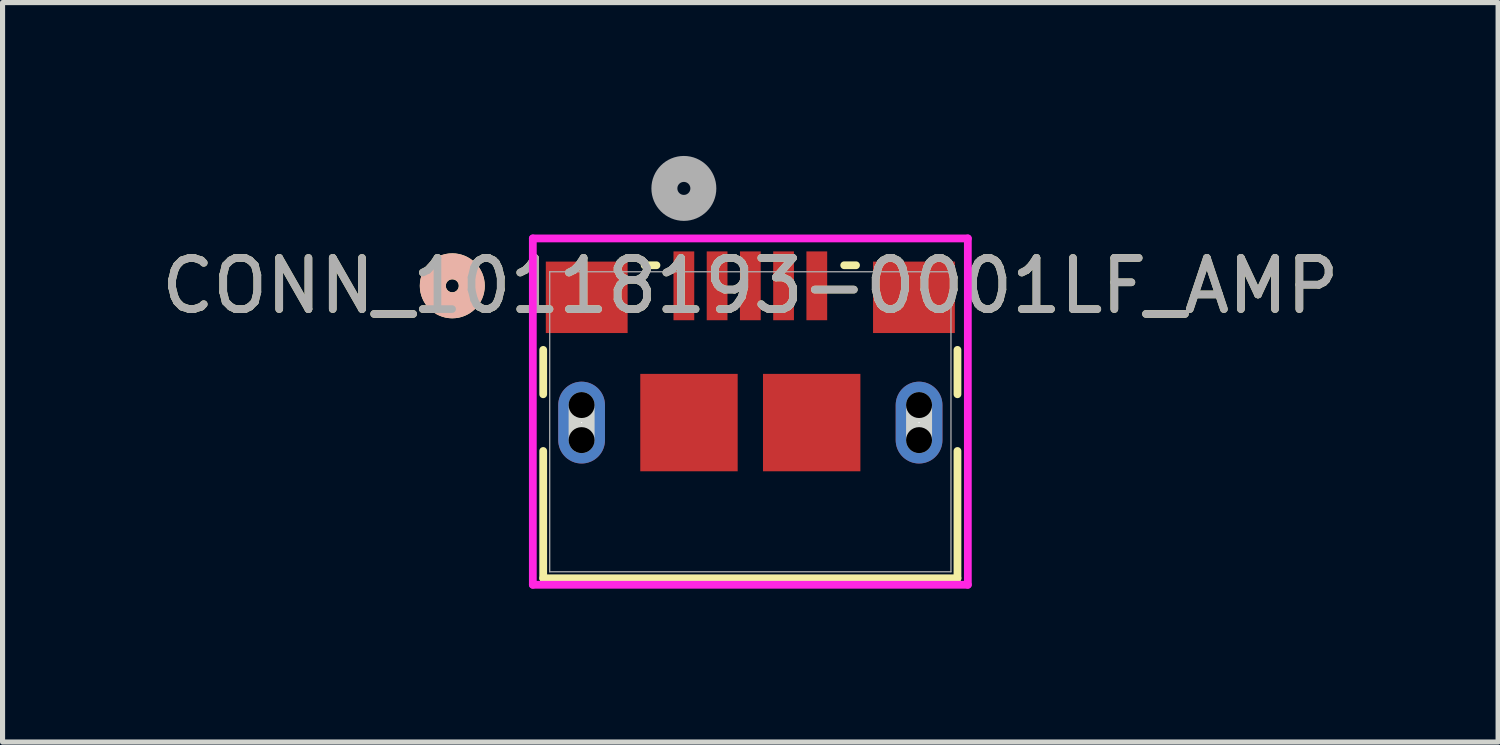
<source format=kicad_pcb>
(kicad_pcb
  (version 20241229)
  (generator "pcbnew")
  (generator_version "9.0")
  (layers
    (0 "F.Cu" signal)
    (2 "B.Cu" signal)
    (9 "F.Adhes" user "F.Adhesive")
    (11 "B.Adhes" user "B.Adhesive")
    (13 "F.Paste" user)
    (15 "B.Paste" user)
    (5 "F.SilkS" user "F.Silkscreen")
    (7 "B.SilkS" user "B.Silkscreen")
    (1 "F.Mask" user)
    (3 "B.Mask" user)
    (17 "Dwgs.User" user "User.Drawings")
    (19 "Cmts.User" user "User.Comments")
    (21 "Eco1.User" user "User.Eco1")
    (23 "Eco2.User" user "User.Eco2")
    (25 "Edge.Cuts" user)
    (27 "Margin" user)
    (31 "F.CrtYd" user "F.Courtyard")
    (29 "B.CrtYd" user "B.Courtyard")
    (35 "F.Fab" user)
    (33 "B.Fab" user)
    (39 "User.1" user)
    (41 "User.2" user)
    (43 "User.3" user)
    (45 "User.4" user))
  (footprint "CONN_10118193-0001LF_AMP"
    (layer "F.Cu")
    (at 11.625 5.199)
    (property "Reference" "CONN_10118193-0001LF_AMP" (at 0 -2.659 0) (unlocked yes) (layer "F.SilkS") (effects (font (size 1 1) (thickness 0.15))))
    (attr smd)
    (fp_line (start -4.051 -1.406) (end -4.051 -0.538) (stroke (width 0.152) (type solid)) (layer "F.SilkS"))
    (fp_line (start -4.051 0.571) (end -4.051 3.061) (stroke (width 0.152) (type solid)) (layer "F.SilkS"))
    (fp_line (start -4.051 3.061) (end 4.051 3.061) (stroke (width 0.152) (type solid)) (layer "F.SilkS"))
    (fp_line (start -1.836 -3.061) (end -2.067 -3.061) (stroke (width 0.152) (type solid)) (layer "F.SilkS"))
    (fp_line (start 2.067 -3.061) (end 1.836 -3.061) (stroke (width 0.152) (type solid)) (layer "F.SilkS"))
    (fp_line (start 4.051 -0.538) (end 4.051 -1.406) (stroke (width 0.152) (type solid)) (layer "F.SilkS"))
    (fp_line (start 4.051 3.061) (end 4.051 0.571) (stroke (width 0.152) (type solid)) (layer "F.SilkS"))
    (fp_circle (center -5.829 -2.659) (end -5.448 -2.659) (stroke (width 0.508) (type solid)) (fill no) (layer "F.SilkS"))
    (fp_circle (center -5.829 -2.659) (end -5.448 -2.659) (stroke (width 0.508) (type solid)) (fill no) (layer "B.SilkS"))
    (fp_line (start -3.3 0.359) (end -3.3 -0.327) (stroke (width 0.508) (type solid)) (layer "Edge.Cuts"))
    (fp_line (start 3.3 0.359) (end 3.3 -0.327) (stroke (width 0.508) (type solid)) (layer "Edge.Cuts"))
    (fp_line (start -4.254 -3.586) (end -4.254 3.188) (stroke (width 0.152) (type solid)) (layer "F.CrtYd"))
    (fp_line (start -4.254 3.188) (end 4.254 3.188) (stroke (width 0.152) (type solid)) (layer "F.CrtYd"))
    (fp_line (start 4.254 -3.586) (end -4.254 -3.586) (stroke (width 0.152) (type solid)) (layer "F.CrtYd"))
    (fp_line (start 4.254 3.188) (end 4.254 -3.586) (stroke (width 0.152) (type solid)) (layer "F.CrtYd"))
    (fp_line (start -3.924 -2.934) (end -3.924 2.934) (stroke (width 0.025) (type solid)) (layer "F.Fab"))
    (fp_line (start -3.924 2.934) (end 3.924 2.934) (stroke (width 0.025) (type solid)) (layer "F.Fab"))
    (fp_line (start 3.924 -2.934) (end -3.924 -2.934) (stroke (width 0.025) (type solid)) (layer "F.Fab"))
    (fp_line (start 3.924 2.934) (end 3.924 -2.934) (stroke (width 0.025) (type solid)) (layer "F.Fab"))
    (fp_circle (center -1.3 -4.564) (end -0.919 -4.564) (stroke (width 0.508) (type solid)) (fill no) (layer "F.Fab"))
    (fp_text user "${REFERENCE}" (at 0 -2.659 0) (unlocked yes) (layer "F.Fab") (effects (font (size 1 1) (thickness 0.15))))
    (pad "" np_thru_hole circle (at -3.3 -0.327) (size 0.508 0.508) (drill 0.508) (layers))
    (pad "" np_thru_hole circle (at -3.3 0.359) (size 0.508 0.508) (drill 0.508) (layers))
    (pad "" np_thru_hole circle (at 3.3 -0.327) (size 0.508 0.508) (drill 0.508) (layers))
    (pad "" np_thru_hole circle (at 3.3 0.359) (size 0.508 0.508) (drill 0.508) (layers))
    (pad "1" smd rect (at -1.3 -2.659) (size 0.406 1.346) (layers "F.Cu" "F.Mask" "F.Paste"))
    (pad "2" smd rect (at -0.65 -2.659) (size 0.406 1.346) (layers "F.Cu" "F.Mask" "F.Paste"))
    (pad "3" smd rect (at 0 -2.659) (size 0.406 1.346) (layers "F.Cu" "F.Mask" "F.Paste"))
    (pad "4" smd rect (at 0.65 -2.659) (size 0.406 1.346) (layers "F.Cu" "F.Mask" "F.Paste"))
    (pad "5" smd rect (at 1.3 -2.659) (size 0.406 1.346) (layers "F.Cu" "F.Mask" "F.Paste"))
    (pad "6" smd rect (at -3.2 -2.434) (size 1.6 1.397) (layers "F.Cu" "F.Mask" "F.Paste"))
    (pad "6" smd rect (at -1.2 0.016) (size 1.905 1.905) (layers "F.Cu" "F.Mask" "F.Paste"))
    (pad "6" smd rect (at 1.2 0.016) (size 1.905 1.905) (layers "F.Cu" "F.Mask" "F.Paste"))
    (pad "6" smd rect (at 3.2 -2.434) (size 1.6 1.397) (layers "F.Cu" "F.Mask" "F.Paste"))
    (pad "S_1" thru_hole oval (at -3.3 0.016 90) (size 1.6 0.914) (drill 0.025) (layers "*.Cu" "*.Mask"))
    (pad "S_2" thru_hole oval (at 3.3 0.016 90) (size 1.6 0.914) (drill 0.025) (layers "*.Cu" "*.Mask")))
  (gr_rect
    (start -3 -3)
    (end 26.25 11.463)
    (stroke (width 0.1) (type default))
    (fill no)
    (layer "Edge.Cuts")))
</source>
